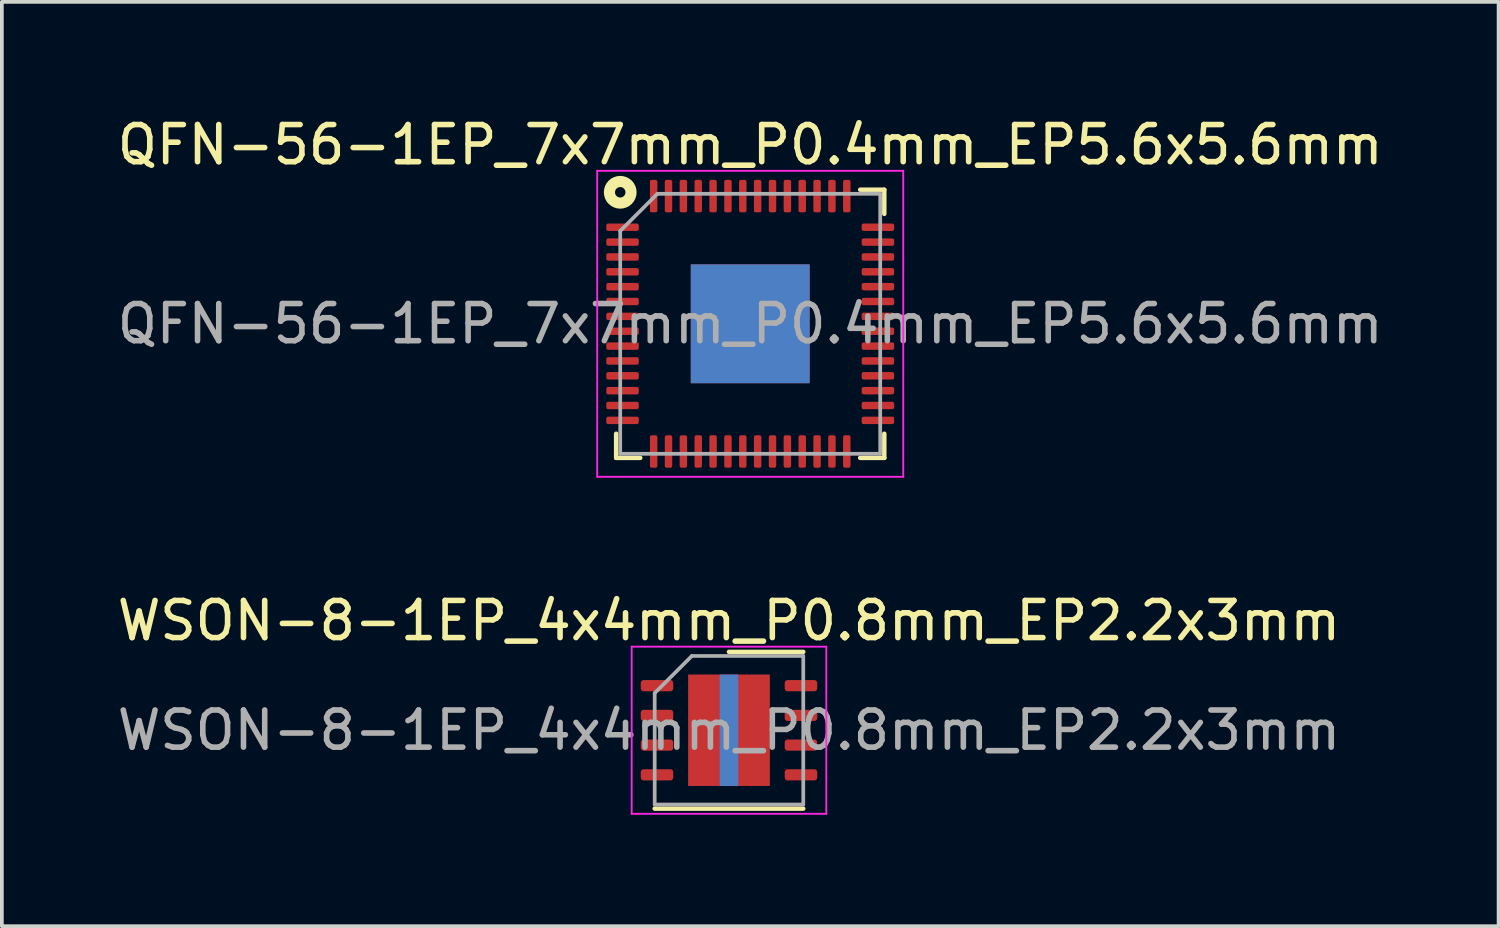
<source format=kicad_pcb>
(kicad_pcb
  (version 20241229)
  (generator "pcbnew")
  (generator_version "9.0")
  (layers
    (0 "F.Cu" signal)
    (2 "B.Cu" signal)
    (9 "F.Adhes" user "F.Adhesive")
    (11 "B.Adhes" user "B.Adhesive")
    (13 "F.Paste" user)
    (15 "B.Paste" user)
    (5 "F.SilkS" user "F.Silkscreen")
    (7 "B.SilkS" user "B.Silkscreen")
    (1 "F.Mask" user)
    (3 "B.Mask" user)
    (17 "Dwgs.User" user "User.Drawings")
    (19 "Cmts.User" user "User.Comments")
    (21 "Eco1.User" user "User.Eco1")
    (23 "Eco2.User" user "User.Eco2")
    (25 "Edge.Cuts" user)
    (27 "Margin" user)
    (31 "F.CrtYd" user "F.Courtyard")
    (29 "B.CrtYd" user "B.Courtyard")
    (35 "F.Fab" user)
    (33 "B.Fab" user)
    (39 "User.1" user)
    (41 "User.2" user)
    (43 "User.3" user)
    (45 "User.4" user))
  (footprint "WSON-8-1EP_4x4mm_P0.8mm_EP2.2x3mm"
    (layer "F.Cu")
    (at 16.577 16.611)
    (property "Reference" "WSON-8-1EP_4x4mm_P0.8mm_EP2.2x3mm" (at 0 -2.95 0) (layer "F.SilkS") (effects (font (size 1 1) (thickness 0.15))))
    (attr smd)
    (fp_line (start -2 2.11) (end 2 2.11) (stroke (width 0.12) (type solid)) (layer "F.SilkS"))
    (fp_line (start 0 -2.11) (end 2 -2.11) (stroke (width 0.12) (type solid)) (layer "F.SilkS"))
    (fp_line (start -2.62 -2.25) (end -2.62 2.25) (stroke (width 0.05) (type solid)) (layer "F.CrtYd"))
    (fp_line (start -2.62 2.25) (end 2.62 2.25) (stroke (width 0.05) (type solid)) (layer "F.CrtYd"))
    (fp_line (start 2.62 -2.25) (end -2.62 -2.25) (stroke (width 0.05) (type solid)) (layer "F.CrtYd"))
    (fp_line (start 2.62 2.25) (end 2.62 -2.25) (stroke (width 0.05) (type solid)) (layer "F.CrtYd"))
    (fp_line (start -2 -1) (end -1 -2) (stroke (width 0.1) (type solid)) (layer "F.Fab"))
    (fp_line (start -2 2) (end -2 -1) (stroke (width 0.1) (type solid)) (layer "F.Fab"))
    (fp_line (start -1 -2) (end 2 -2) (stroke (width 0.1) (type solid)) (layer "F.Fab"))
    (fp_line (start 2 -2) (end 2 2) (stroke (width 0.1) (type solid)) (layer "F.Fab"))
    (fp_line (start 2 2) (end -2 2) (stroke (width 0.1) (type solid)) (layer "F.Fab"))
    (fp_text user "${REFERENCE}" (at 0 0 0) (layer "F.Fab") (effects (font (size 1 1) (thickness 0.15))))
    (pad "" smd roundrect (at -0.495 -0.625) (size 0.798 1.008) (layers "F.Paste") (roundrect_rratio 0.25))
    (pad "" smd roundrect (at -0.495 0.625) (size 0.798 1.008) (layers "F.Paste") (roundrect_rratio 0.25))
    (pad "" smd roundrect (at 0.495 -0.625) (size 0.798 1.008) (layers "F.Paste") (roundrect_rratio 0.25))
    (pad "" smd roundrect (at 0.495 0.625) (size 0.798 1.008) (layers "F.Paste") (roundrect_rratio 0.25))
    (pad "1" smd roundrect (at -1.938 -1.2) (size 0.875 0.3) (layers "F.Cu" "F.Mask" "F.Paste") (roundrect_rratio 0.25))
    (pad "2" smd roundrect (at -1.938 -0.4) (size 0.875 0.3) (layers "F.Cu" "F.Mask" "F.Paste") (roundrect_rratio 0.25))
    (pad "3" smd roundrect (at -1.938 0.4) (size 0.875 0.3) (layers "F.Cu" "F.Mask" "F.Paste") (roundrect_rratio 0.25))
    (pad "4" smd roundrect (at -1.938 1.2) (size 0.875 0.3) (layers "F.Cu" "F.Mask" "F.Paste") (roundrect_rratio 0.25))
    (pad "5" smd roundrect (at 1.938 1.2) (size 0.875 0.3) (layers "F.Cu" "F.Mask" "F.Paste") (roundrect_rratio 0.25))
    (pad "6" smd roundrect (at 1.938 0.4) (size 0.875 0.3) (layers "F.Cu" "F.Mask" "F.Paste") (roundrect_rratio 0.25))
    (pad "7" smd roundrect (at 1.938 -0.4) (size 0.875 0.3) (layers "F.Cu" "F.Mask" "F.Paste") (roundrect_rratio 0.25))
    (pad "8" smd roundrect (at 1.938 -1.2) (size 0.875 0.3) (layers "F.Cu" "F.Mask" "F.Paste") (roundrect_rratio 0.25))
    (pad "9" smd rect (at 0 0) (size 0.5 3) (layers "B.Cu"))
    (pad "9" smd rect (at 0 0) (size 2.2 3) (layers "F.Cu" "F.Mask")))
  (footprint "QFN-56-1EP_7x7mm_P0.4mm_EP5.6x5.6mm"
    (layer "F.Cu")
    (at 17.149 5.668)
    (property "Reference" "QFN-56-1EP_7x7mm_P0.4mm_EP5.6x5.6mm" (at 0 -4.82 0) (layer "F.SilkS") (effects (font (size 1 1) (thickness 0.15))))
    (attr smd)
    (fp_line (start -3.61 3.61) (end -3.61 2.96) (stroke (width 0.12) (type solid)) (layer "F.SilkS"))
    (fp_line (start -2.96 3.61) (end -3.61 3.61) (stroke (width 0.12) (type solid)) (layer "F.SilkS"))
    (fp_line (start 2.96 -3.61) (end 3.61 -3.61) (stroke (width 0.12) (type solid)) (layer "F.SilkS"))
    (fp_line (start 2.96 3.61) (end 3.61 3.61) (stroke (width 0.12) (type solid)) (layer "F.SilkS"))
    (fp_line (start 3.61 -3.61) (end 3.61 -2.96) (stroke (width 0.12) (type solid)) (layer "F.SilkS"))
    (fp_line (start 3.61 3.61) (end 3.61 2.96) (stroke (width 0.12) (type solid)) (layer "F.SilkS"))
    (fp_circle (center -3.5 -3.541) (end -3.359 -3.541) (stroke (width 0.3) (type solid)) (fill no) (layer "F.SilkS"))
    (fp_line (start -4.12 -4.12) (end -4.12 4.12) (stroke (width 0.05) (type solid)) (layer "F.CrtYd"))
    (fp_line (start -4.12 4.12) (end 4.12 4.12) (stroke (width 0.05) (type solid)) (layer "F.CrtYd"))
    (fp_line (start 4.12 -4.12) (end -4.12 -4.12) (stroke (width 0.05) (type solid)) (layer "F.CrtYd"))
    (fp_line (start 4.12 4.12) (end 4.12 -4.12) (stroke (width 0.05) (type solid)) (layer "F.CrtYd"))
    (fp_line (start -3.5 -2.5) (end -2.5 -3.5) (stroke (width 0.1) (type solid)) (layer "F.Fab"))
    (fp_line (start -3.5 3.5) (end -3.5 -2.5) (stroke (width 0.1) (type solid)) (layer "F.Fab"))
    (fp_line (start -2.5 -3.5) (end 3.5 -3.5) (stroke (width 0.1) (type solid)) (layer "F.Fab"))
    (fp_line (start 3.5 -3.5) (end 3.5 3.5) (stroke (width 0.1) (type solid)) (layer "F.Fab"))
    (fp_line (start 3.5 3.5) (end -3.5 3.5) (stroke (width 0.1) (type solid)) (layer "F.Fab"))
    (fp_text user "${REFERENCE}" (at 0 0 0) (layer "F.Fab") (effects (font (size 1 1) (thickness 0.15))))
    (pad "" smd roundrect (at -0.8 -0.8) (size 0.9 0.9) (layers "F.Paste") (roundrect_rratio 0.231))
    (pad "" smd roundrect (at -0.8 0.8) (size 0.9 0.9) (layers "F.Paste") (roundrect_rratio 0.231))
    (pad "" smd roundrect (at 0.8 -0.8) (size 0.9 0.9) (layers "F.Paste") (roundrect_rratio 0.231))
    (pad "" smd roundrect (at 0.8 0.8) (size 0.9 0.9) (layers "F.Paste") (roundrect_rratio 0.231))
    (pad "1" smd roundrect (at -3.438 -2.6) (size 0.875 0.2) (layers "F.Cu" "F.Mask" "F.Paste") (roundrect_rratio 0.25))
    (pad "2" smd roundrect (at -3.438 -2.2) (size 0.875 0.2) (layers "F.Cu" "F.Mask" "F.Paste") (roundrect_rratio 0.25))
    (pad "3" smd roundrect (at -3.438 -1.8) (size 0.875 0.2) (layers "F.Cu" "F.Mask" "F.Paste") (roundrect_rratio 0.25))
    (pad "4" smd roundrect (at -3.438 -1.4) (size 0.875 0.2) (layers "F.Cu" "F.Mask" "F.Paste") (roundrect_rratio 0.25))
    (pad "5" smd roundrect (at -3.438 -1) (size 0.875 0.2) (layers "F.Cu" "F.Mask" "F.Paste") (roundrect_rratio 0.25))
    (pad "6" smd roundrect (at -3.438 -0.6) (size 0.875 0.2) (layers "F.Cu" "F.Mask" "F.Paste") (roundrect_rratio 0.25))
    (pad "7" smd roundrect (at -3.438 -0.2) (size 0.875 0.2) (layers "F.Cu" "F.Mask" "F.Paste") (roundrect_rratio 0.25))
    (pad "8" smd roundrect (at -3.438 0.2) (size 0.875 0.2) (layers "F.Cu" "F.Mask" "F.Paste") (roundrect_rratio 0.25))
    (pad "9" smd roundrect (at -3.438 0.6) (size 0.875 0.2) (layers "F.Cu" "F.Mask" "F.Paste") (roundrect_rratio 0.25))
    (pad "10" smd roundrect (at -3.438 1) (size 0.875 0.2) (layers "F.Cu" "F.Mask" "F.Paste") (roundrect_rratio 0.25))
    (pad "11" smd roundrect (at -3.438 1.4) (size 0.875 0.2) (layers "F.Cu" "F.Mask" "F.Paste") (roundrect_rratio 0.25))
    (pad "12" smd roundrect (at -3.438 1.8) (size 0.875 0.2) (layers "F.Cu" "F.Mask" "F.Paste") (roundrect_rratio 0.25))
    (pad "13" smd roundrect (at -3.438 2.2) (size 0.875 0.2) (layers "F.Cu" "F.Mask" "F.Paste") (roundrect_rratio 0.25))
    (pad "14" smd roundrect (at -3.438 2.6) (size 0.875 0.2) (layers "F.Cu" "F.Mask" "F.Paste") (roundrect_rratio 0.25))
    (pad "15" smd roundrect (at -2.6 3.438) (size 0.2 0.875) (layers "F.Cu" "F.Mask" "F.Paste") (roundrect_rratio 0.25))
    (pad "16" smd roundrect (at -2.2 3.438) (size 0.2 0.875) (layers "F.Cu" "F.Mask" "F.Paste") (roundrect_rratio 0.25))
    (pad "17" smd roundrect (at -1.8 3.438) (size 0.2 0.875) (layers "F.Cu" "F.Mask" "F.Paste") (roundrect_rratio 0.25))
    (pad "18" smd roundrect (at -1.4 3.438) (size 0.2 0.875) (layers "F.Cu" "F.Mask" "F.Paste") (roundrect_rratio 0.25))
    (pad "19" smd roundrect (at -1 3.438) (size 0.2 0.875) (layers "F.Cu" "F.Mask" "F.Paste") (roundrect_rratio 0.25))
    (pad "20" smd roundrect (at -0.6 3.438) (size 0.2 0.875) (layers "F.Cu" "F.Mask" "F.Paste") (roundrect_rratio 0.25))
    (pad "21" smd roundrect (at -0.2 3.438) (size 0.2 0.875) (layers "F.Cu" "F.Mask" "F.Paste") (roundrect_rratio 0.25))
    (pad "22" smd roundrect (at 0.2 3.438) (size 0.2 0.875) (layers "F.Cu" "F.Mask" "F.Paste") (roundrect_rratio 0.25))
    (pad "23" smd roundrect (at 0.6 3.438) (size 0.2 0.875) (layers "F.Cu" "F.Mask" "F.Paste") (roundrect_rratio 0.25))
    (pad "24" smd roundrect (at 1 3.438) (size 0.2 0.875) (layers "F.Cu" "F.Mask" "F.Paste") (roundrect_rratio 0.25))
    (pad "25" smd roundrect (at 1.4 3.438) (size 0.2 0.875) (layers "F.Cu" "F.Mask" "F.Paste") (roundrect_rratio 0.25))
    (pad "26" smd roundrect (at 1.8 3.438) (size 0.2 0.875) (layers "F.Cu" "F.Mask" "F.Paste") (roundrect_rratio 0.25))
    (pad "27" smd roundrect (at 2.2 3.438) (size 0.2 0.875) (layers "F.Cu" "F.Mask" "F.Paste") (roundrect_rratio 0.25))
    (pad "28" smd roundrect (at 2.6 3.438) (size 0.2 0.875) (layers "F.Cu" "F.Mask" "F.Paste") (roundrect_rratio 0.25))
    (pad "29" smd roundrect (at 3.438 2.6) (size 0.875 0.2) (layers "F.Cu" "F.Mask" "F.Paste") (roundrect_rratio 0.25))
    (pad "30" smd roundrect (at 3.438 2.2) (size 0.875 0.2) (layers "F.Cu" "F.Mask" "F.Paste") (roundrect_rratio 0.25))
    (pad "31" smd roundrect (at 3.438 1.8) (size 0.875 0.2) (layers "F.Cu" "F.Mask" "F.Paste") (roundrect_rratio 0.25))
    (pad "32" smd roundrect (at 3.438 1.4) (size 0.875 0.2) (layers "F.Cu" "F.Mask" "F.Paste") (roundrect_rratio 0.25))
    (pad "33" smd roundrect (at 3.438 1) (size 0.875 0.2) (layers "F.Cu" "F.Mask" "F.Paste") (roundrect_rratio 0.25))
    (pad "34" smd roundrect (at 3.438 0.6) (size 0.875 0.2) (layers "F.Cu" "F.Mask" "F.Paste") (roundrect_rratio 0.25))
    (pad "35" smd roundrect (at 3.438 0.2) (size 0.875 0.2) (layers "F.Cu" "F.Mask" "F.Paste") (roundrect_rratio 0.25))
    (pad "36" smd roundrect (at 3.438 -0.2) (size 0.875 0.2) (layers "F.Cu" "F.Mask" "F.Paste") (roundrect_rratio 0.25))
    (pad "37" smd roundrect (at 3.438 -0.6) (size 0.875 0.2) (layers "F.Cu" "F.Mask" "F.Paste") (roundrect_rratio 0.25))
    (pad "38" smd roundrect (at 3.438 -1) (size 0.875 0.2) (layers "F.Cu" "F.Mask" "F.Paste") (roundrect_rratio 0.25))
    (pad "39" smd roundrect (at 3.438 -1.4) (size 0.875 0.2) (layers "F.Cu" "F.Mask" "F.Paste") (roundrect_rratio 0.25))
    (pad "40" smd roundrect (at 3.438 -1.8) (size 0.875 0.2) (layers "F.Cu" "F.Mask" "F.Paste") (roundrect_rratio 0.25))
    (pad "41" smd roundrect (at 3.438 -2.2) (size 0.875 0.2) (layers "F.Cu" "F.Mask" "F.Paste") (roundrect_rratio 0.25))
    (pad "42" smd roundrect (at 3.438 -2.6) (size 0.875 0.2) (layers "F.Cu" "F.Mask" "F.Paste") (roundrect_rratio 0.25))
    (pad "43" smd roundrect (at 2.6 -3.438) (size 0.2 0.875) (layers "F.Cu" "F.Mask" "F.Paste") (roundrect_rratio 0.25))
    (pad "44" smd roundrect (at 2.2 -3.438) (size 0.2 0.875) (layers "F.Cu" "F.Mask" "F.Paste") (roundrect_rratio 0.25))
    (pad "45" smd roundrect (at 1.8 -3.438) (size 0.2 0.875) (layers "F.Cu" "F.Mask" "F.Paste") (roundrect_rratio 0.25))
    (pad "46" smd roundrect (at 1.4 -3.438) (size 0.2 0.875) (layers "F.Cu" "F.Mask" "F.Paste") (roundrect_rratio 0.25))
    (pad "47" smd roundrect (at 1 -3.438) (size 0.2 0.875) (layers "F.Cu" "F.Mask" "F.Paste") (roundrect_rratio 0.25))
    (pad "48" smd roundrect (at 0.6 -3.438) (size 0.2 0.875) (layers "F.Cu" "F.Mask" "F.Paste") (roundrect_rratio 0.25))
    (pad "49" smd roundrect (at 0.2 -3.438) (size 0.2 0.875) (layers "F.Cu" "F.Mask" "F.Paste") (roundrect_rratio 0.25))
    (pad "50" smd roundrect (at -0.2 -3.438) (size 0.2 0.875) (layers "F.Cu" "F.Mask" "F.Paste") (roundrect_rratio 0.25))
    (pad "51" smd roundrect (at -0.6 -3.438) (size 0.2 0.875) (layers "F.Cu" "F.Mask" "F.Paste") (roundrect_rratio 0.25))
    (pad "52" smd roundrect (at -1 -3.438) (size 0.2 0.875) (layers "F.Cu" "F.Mask" "F.Paste") (roundrect_rratio 0.25))
    (pad "53" smd roundrect (at -1.4 -3.438) (size 0.2 0.875) (layers "F.Cu" "F.Mask" "F.Paste") (roundrect_rratio 0.25))
    (pad "54" smd roundrect (at -1.8 -3.438) (size 0.2 0.875) (layers "F.Cu" "F.Mask" "F.Paste") (roundrect_rratio 0.25))
    (pad "55" smd roundrect (at -2.2 -3.438) (size 0.2 0.875) (layers "F.Cu" "F.Mask" "F.Paste") (roundrect_rratio 0.25))
    (pad "56" smd roundrect (at -2.6 -3.438) (size 0.2 0.875) (layers "F.Cu" "F.Mask" "F.Paste") (roundrect_rratio 0.25))
    (pad "57" smd rect (at 0 0) (size 3.2 3.2) (layers "F.Cu" "F.Mask"))
    (pad "57" smd rect (at 0 0) (size 3.2 3.2) (layers "B.Cu")))
  (gr_rect
    (start -3 -3)
    (end 37.298 21.887)
    (stroke (width 0.1) (type default))
    (fill no)
    (layer "Edge.Cuts")))
</source>
